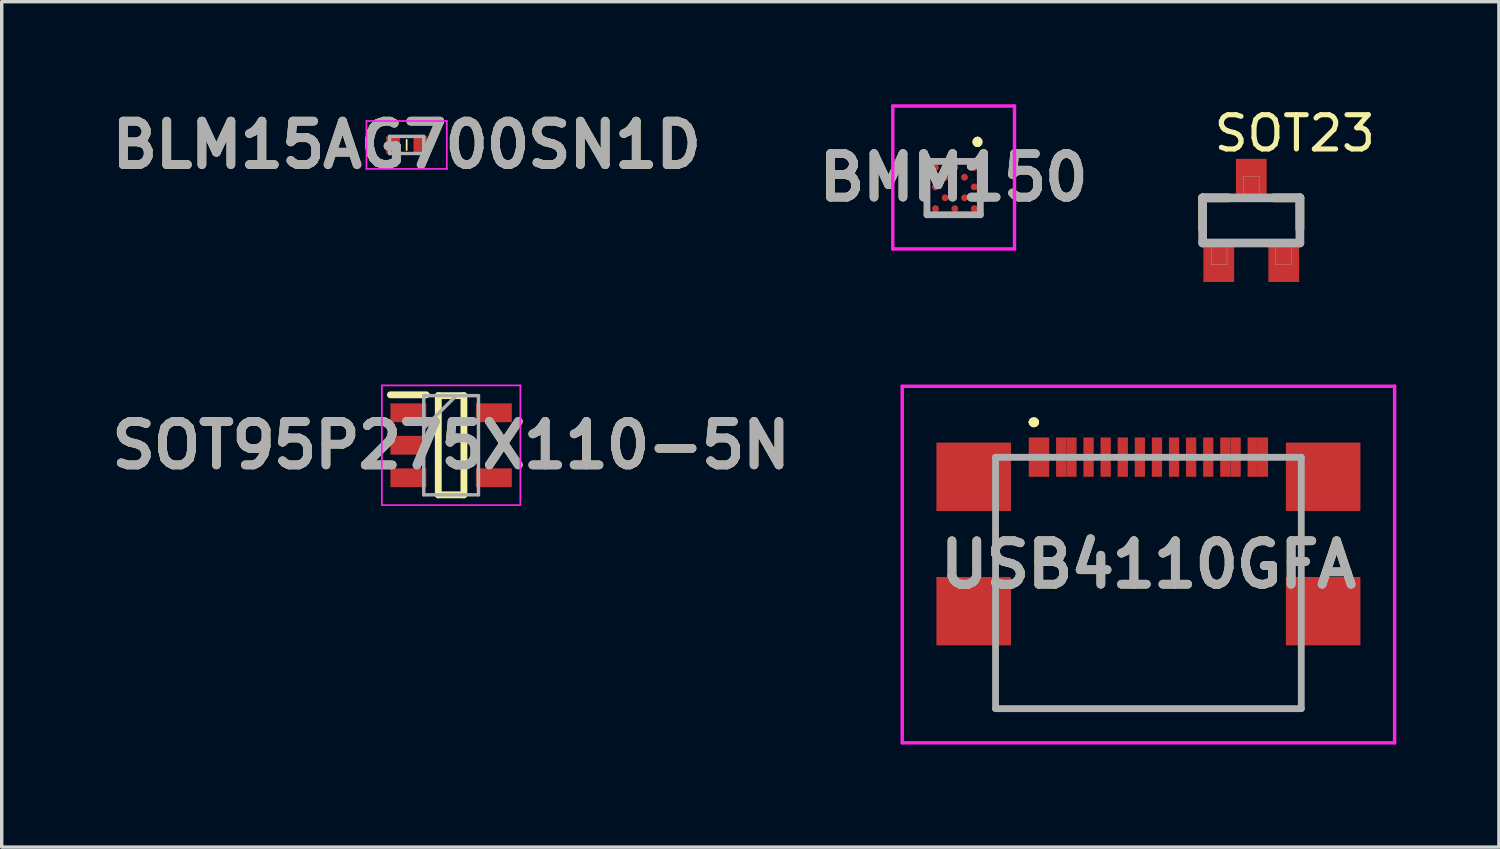
<source format=kicad_pcb>
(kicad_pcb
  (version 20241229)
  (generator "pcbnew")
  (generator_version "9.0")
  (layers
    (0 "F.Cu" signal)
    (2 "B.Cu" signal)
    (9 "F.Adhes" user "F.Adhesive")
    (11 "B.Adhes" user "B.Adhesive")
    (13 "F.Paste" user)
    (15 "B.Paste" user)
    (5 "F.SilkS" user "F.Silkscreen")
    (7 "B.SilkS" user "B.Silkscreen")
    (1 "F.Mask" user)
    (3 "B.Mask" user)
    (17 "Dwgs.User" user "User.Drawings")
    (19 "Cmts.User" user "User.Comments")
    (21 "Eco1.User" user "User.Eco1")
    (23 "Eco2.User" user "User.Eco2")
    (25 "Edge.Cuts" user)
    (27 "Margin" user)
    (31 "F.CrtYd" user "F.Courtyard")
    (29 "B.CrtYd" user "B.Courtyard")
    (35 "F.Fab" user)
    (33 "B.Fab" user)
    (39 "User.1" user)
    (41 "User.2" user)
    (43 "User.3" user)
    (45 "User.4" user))
  (footprint "USB4110GFA"
    (layer "F.Cu")
    (at 30.534 13.996)
    (property "Reference" "USB4110GFA" (at 0 -0.536 0) (layer "F.SilkS") (effects (font (size 1.27 1.27) (thickness 0.254))))
    (attr through_hole)
    (fp_line (start -4.5 -1.5) (end -4.5 -0.75) (stroke (width 0.1) (type solid)) (layer "F.SilkS"))
    (fp_line (start -4.5 -0.75) (end -4.47 -0.75) (stroke (width 0.1) (type solid)) (layer "F.SilkS"))
    (fp_line (start -4.47 -1.5) (end -4.5 -1.5) (stroke (width 0.1) (type solid)) (layer "F.SilkS"))
    (fp_line (start -4.47 -0.75) (end -4.47 -1.5) (stroke (width 0.1) (type solid)) (layer "F.SilkS"))
    (fp_line (start -4.47 2.5) (end -4.47 2.5) (stroke (width 0.1) (type solid)) (layer "F.SilkS"))
    (fp_line (start -4.47 2.5) (end -4.47 3.677) (stroke (width 0.1) (type solid)) (layer "F.SilkS"))
    (fp_line (start -4.47 3.677) (end -4.47 2.5) (stroke (width 0.1) (type solid)) (layer "F.SilkS"))
    (fp_line (start -4.47 3.677) (end -4.47 3.677) (stroke (width 0.1) (type solid)) (layer "F.SilkS"))
    (fp_line (start -4.47 3.677) (end -4.47 3.677) (stroke (width 0.1) (type solid)) (layer "F.SilkS"))
    (fp_line (start -4.47 3.677) (end 4.47 3.677) (stroke (width 0.1) (type solid)) (layer "F.SilkS"))
    (fp_line (start -3.4 -4.7) (end -3.4 -4.7) (stroke (width 0.2) (type solid)) (layer "F.SilkS"))
    (fp_line (start -3.4 -4.7) (end -3.4 -4.7) (stroke (width 0.2) (type solid)) (layer "F.SilkS"))
    (fp_line (start -3.3 -4.7) (end -3.3 -4.7) (stroke (width 0.2) (type solid)) (layer "F.SilkS"))
    (fp_line (start 4.47 -1.75) (end 4.47 -1.75) (stroke (width 0.1) (type solid)) (layer "F.SilkS"))
    (fp_line (start 4.47 -1.75) (end 4.47 -0.75) (stroke (width 0.1) (type solid)) (layer "F.SilkS"))
    (fp_line (start 4.47 -0.75) (end 4.47 -1.75) (stroke (width 0.1) (type solid)) (layer "F.SilkS"))
    (fp_line (start 4.47 -0.75) (end 4.47 -0.75) (stroke (width 0.1) (type solid)) (layer "F.SilkS"))
    (fp_line (start 4.47 2.25) (end 4.47 2.25) (stroke (width 0.1) (type solid)) (layer "F.SilkS"))
    (fp_line (start 4.47 2.25) (end 4.47 3.677) (stroke (width 0.1) (type solid)) (layer "F.SilkS"))
    (fp_line (start 4.47 3.677) (end -4.47 3.677) (stroke (width 0.1) (type solid)) (layer "F.SilkS"))
    (fp_line (start 4.47 3.677) (end 4.47 2.25) (stroke (width 0.1) (type solid)) (layer "F.SilkS"))
    (fp_line (start 4.47 3.677) (end 4.47 3.677) (stroke (width 0.1) (type solid)) (layer "F.SilkS"))
    (fp_line (start 4.47 3.677) (end 4.47 3.677) (stroke (width 0.1) (type solid)) (layer "F.SilkS"))
    (fp_arc (start -3.4 -4.7) (mid -3.35 -4.75) (end -3.3 -4.7) (stroke (width 0.2) (type solid)) (layer "F.SilkS"))
    (fp_arc (start -3.3 -4.7) (mid -3.35 -4.65) (end -3.4 -4.7) (stroke (width 0.2) (type solid)) (layer "F.SilkS"))
    (fp_arc (start -3.3 -4.7) (mid -3.35 -4.65) (end -3.4 -4.7) (stroke (width 0.2) (type solid)) (layer "F.SilkS"))
    (fp_line (start -7.2 -5.75) (end 7.2 -5.75) (stroke (width 0.1) (type solid)) (layer "F.CrtYd"))
    (fp_line (start -7.2 4.677) (end -7.2 -5.75) (stroke (width 0.1) (type solid)) (layer "F.CrtYd"))
    (fp_line (start 7.2 -5.75) (end 7.2 4.677) (stroke (width 0.1) (type solid)) (layer "F.CrtYd"))
    (fp_line (start 7.2 4.677) (end -7.2 4.677) (stroke (width 0.1) (type solid)) (layer "F.CrtYd"))
    (fp_line (start -4.47 -3.673) (end -4.47 3.677) (stroke (width 0.2) (type solid)) (layer "F.Fab"))
    (fp_line (start -4.47 3.677) (end 4.47 3.677) (stroke (width 0.2) (type solid)) (layer "F.Fab"))
    (fp_line (start 4.47 -3.673) (end -4.47 -3.673) (stroke (width 0.2) (type solid)) (layer "F.Fab"))
    (fp_line (start 4.47 3.677) (end 4.47 -3.673) (stroke (width 0.2) (type solid)) (layer "F.Fab"))
    (fp_text user "${REFERENCE}" (at 0 -0.536 0) (layer "F.Fab") (effects (font (size 1.27 1.27) (thickness 0.254))))
    (pad "" np_thru_hole circle (at -2.89 -2.603) (size 0.001 0.001) (drill 0.65) (layers "*.Cu" "*.Mask"))
    (pad "" np_thru_hole circle (at 2.89 -2.603) (size 0.001 0.001) (drill 0.65) (layers "*.Cu" "*.Mask"))
    (pad "A1" smd rect (at -3.35 -3.678) (size 0.3 1.15) (layers "F.Cu" "F.Mask" "F.Paste"))
    (pad "A4" smd rect (at -2.55 -3.678) (size 0.3 1.15) (layers "F.Cu" "F.Mask" "F.Paste"))
    (pad "A5" smd rect (at -1.25 -3.678) (size 0.3 1.15) (layers "F.Cu" "F.Mask" "F.Paste"))
    (pad "A6" smd rect (at -0.25 -3.678) (size 0.3 1.15) (layers "F.Cu" "F.Mask" "F.Paste"))
    (pad "A7" smd rect (at 0.25 -3.678) (size 0.3 1.15) (layers "F.Cu" "F.Mask" "F.Paste"))
    (pad "A8" smd rect (at 1.25 -3.678) (size 0.3 1.15) (layers "F.Cu" "F.Mask" "F.Paste"))
    (pad "A9" smd rect (at 2.55 -3.678) (size 0.3 1.15) (layers "F.Cu" "F.Mask" "F.Paste"))
    (pad "A12" smd rect (at 3.35 -3.678) (size 0.3 1.15) (layers "F.Cu" "F.Mask" "F.Paste"))
    (pad "B1" smd rect (at 3.05 -3.678) (size 0.3 1.15) (layers "F.Cu" "F.Mask" "F.Paste"))
    (pad "B4" smd rect (at 2.25 -3.678) (size 0.3 1.15) (layers "F.Cu" "F.Mask" "F.Paste"))
    (pad "B5" smd rect (at 1.75 -3.678) (size 0.3 1.15) (layers "F.Cu" "F.Mask" "F.Paste"))
    (pad "B6" smd rect (at 0.75 -3.678) (size 0.3 1.15) (layers "F.Cu" "F.Mask" "F.Paste"))
    (pad "B7" smd rect (at -0.75 -3.678) (size 0.3 1.15) (layers "F.Cu" "F.Mask" "F.Paste"))
    (pad "B8" smd rect (at -1.75 -3.678) (size 0.3 1.15) (layers "F.Cu" "F.Mask" "F.Paste"))
    (pad "B9" smd rect (at -2.25 -3.678) (size 0.3 1.15) (layers "F.Cu" "F.Mask" "F.Paste"))
    (pad "B12" smd rect (at -3.05 -3.678) (size 0.3 1.15) (layers "F.Cu" "F.Mask" "F.Paste"))
    (pad "MP1" smd rect (at -5.11 0.827 90) (size 2 2.18) (layers "F.Cu" "F.Mask" "F.Paste"))
    (pad "MP2" smd rect (at 5.11 0.827 90) (size 2 2.18) (layers "F.Cu" "F.Mask" "F.Paste"))
    (pad "MP3" smd rect (at -5.11 -3.103 90) (size 2 2.18) (layers "F.Cu" "F.Mask" "F.Paste"))
    (pad "MP4" smd rect (at 5.11 -3.103 90) (size 2 2.18) (layers "F.Cu" "F.Mask" "F.Paste")))
  (footprint "BMM150"
    (layer "F.Cu")
    (at 24.873 2.45)
    (property "Reference" "BMM150" (at -0.035 -0.31 0) (layer "F.SilkS") (effects (font (size 1.27 1.27) (thickness 0.254))))
    (attr smd)
    (fp_line (start 0.665 -1.4) (end 0.665 -1.4) (stroke (width 0.2) (type solid)) (layer "F.SilkS"))
    (fp_line (start 0.665 -1.4) (end 0.665 -1.4) (stroke (width 0.2) (type solid)) (layer "F.SilkS"))
    (fp_line (start 0.665 -1.3) (end 0.665 -1.3) (stroke (width 0.2) (type solid)) (layer "F.SilkS"))
    (fp_arc (start 0.665 -1.4) (mid 0.715 -1.35) (end 0.665 -1.3) (stroke (width 0.2) (type solid)) (layer "F.SilkS"))
    (fp_arc (start 0.665 -1.3) (mid 0.615 -1.35) (end 0.665 -1.4) (stroke (width 0.2) (type solid)) (layer "F.SilkS"))
    (fp_arc (start 0.665 -1.3) (mid 0.615 -1.35) (end 0.665 -1.4) (stroke (width 0.2) (type solid)) (layer "F.SilkS"))
    (fp_line (start -1.815 -2.4) (end 1.745 -2.4) (stroke (width 0.1) (type solid)) (layer "F.CrtYd"))
    (fp_line (start -1.815 1.78) (end -1.815 -2.4) (stroke (width 0.1) (type solid)) (layer "F.CrtYd"))
    (fp_line (start 1.745 -2.4) (end 1.745 1.78) (stroke (width 0.1) (type solid)) (layer "F.CrtYd"))
    (fp_line (start 1.745 1.78) (end -1.815 1.78) (stroke (width 0.1) (type solid)) (layer "F.CrtYd"))
    (fp_line (start -0.815 -0.78) (end -0.815 0.78) (stroke (width 0.2) (type solid)) (layer "F.Fab"))
    (fp_line (start -0.815 0.78) (end 0.745 0.78) (stroke (width 0.2) (type solid)) (layer "F.Fab"))
    (fp_line (start 0.745 -0.78) (end -0.815 -0.78) (stroke (width 0.2) (type solid)) (layer "F.Fab"))
    (fp_line (start 0.745 0.78) (end 0.745 -0.78) (stroke (width 0.2) (type solid)) (layer "F.Fab"))
    (fp_text user "${REFERENCE}" (at -0.035 -0.31 0) (layer "F.Fab") (effects (font (size 1.27 1.27) (thickness 0.254))))
    (pad "A1" smd circle (at 0.566 -0.601 90) (size 0.2 0.2) (layers "F.Cu" "F.Mask" "F.Paste"))
    (pad "A3" smd circle (at 0.566 -0.035 90) (size 0.2 0.2) (layers "F.Cu" "F.Mask" "F.Paste"))
    (pad "A5" smd circle (at 0.566 0.601 90) (size 0.2 0.2) (layers "F.Cu" "F.Mask" "F.Paste"))
    (pad "B2" smd circle (at 0.283 -0.318 90) (size 0.2 0.2) (layers "F.Cu" "F.Mask" "F.Paste"))
    (pad "B4" smd circle (at 0.283 0.283 90) (size 0.2 0.2) (layers "F.Cu" "F.Mask" "F.Paste"))
    (pad "C1" smd circle (at 0 -0.601 90) (size 0.2 0.2) (layers "F.Cu" "F.Mask" "F.Paste"))
    (pad "C5" smd circle (at 0 0.601 90) (size 0.2 0.2) (layers "F.Cu" "F.Mask" "F.Paste"))
    (pad "D2" smd circle (at -0.283 -0.318 90) (size 0.2 0.2) (layers "F.Cu" "F.Mask" "F.Paste"))
    (pad "D4" smd circle (at -0.283 0.283 90) (size 0.2 0.2) (layers "F.Cu" "F.Mask" "F.Paste"))
    (pad "E1" smd circle (at -0.566 -0.601 90) (size 0.2 0.2) (layers "F.Cu" "F.Mask" "F.Paste"))
    (pad "E3" smd circle (at -0.566 -0.035 90) (size 0.2 0.2) (layers "F.Cu" "F.Mask" "F.Paste"))
    (pad "E5" smd circle (at -0.566 0.601 90) (size 0.2 0.2) (layers "F.Cu" "F.Mask" "F.Paste")))
  (footprint "SOT95P275X110-5N"
    (layer "F.Cu")
    (at 10.142 9.971)
    (property "Reference" "SOT95P275X110-5N" (at 0 0 0) (layer "F.SilkS") (effects (font (size 1.27 1.27) (thickness 0.254))))
    (attr smd)
    (fp_line (start -1.775 -1.475) (end -0.725 -1.475) (stroke (width 0.2) (type solid)) (layer "F.SilkS"))
    (fp_line (start -0.375 -1.45) (end 0.375 -1.45) (stroke (width 0.2) (type solid)) (layer "F.SilkS"))
    (fp_line (start -0.375 1.45) (end -0.375 -1.45) (stroke (width 0.2) (type solid)) (layer "F.SilkS"))
    (fp_line (start 0.375 -1.45) (end 0.375 1.45) (stroke (width 0.2) (type solid)) (layer "F.SilkS"))
    (fp_line (start 0.375 1.45) (end -0.375 1.45) (stroke (width 0.2) (type solid)) (layer "F.SilkS"))
    (fp_line (start -2.025 -1.75) (end 2.025 -1.75) (stroke (width 0.05) (type solid)) (layer "F.CrtYd"))
    (fp_line (start -2.025 1.75) (end -2.025 -1.75) (stroke (width 0.05) (type solid)) (layer "F.CrtYd"))
    (fp_line (start 2.025 -1.75) (end 2.025 1.75) (stroke (width 0.05) (type solid)) (layer "F.CrtYd"))
    (fp_line (start 2.025 1.75) (end -2.025 1.75) (stroke (width 0.05) (type solid)) (layer "F.CrtYd"))
    (fp_line (start -0.8 -1.45) (end 0.8 -1.45) (stroke (width 0.1) (type solid)) (layer "F.Fab"))
    (fp_line (start -0.8 -0.5) (end 0.15 -1.45) (stroke (width 0.1) (type solid)) (layer "F.Fab"))
    (fp_line (start -0.8 1.45) (end -0.8 -1.45) (stroke (width 0.1) (type solid)) (layer "F.Fab"))
    (fp_line (start 0.8 -1.45) (end 0.8 1.45) (stroke (width 0.1) (type solid)) (layer "F.Fab"))
    (fp_line (start 0.8 1.45) (end -0.8 1.45) (stroke (width 0.1) (type solid)) (layer "F.Fab"))
    (fp_text user "${REFERENCE}" (at 0 0 0) (layer "F.Fab") (effects (font (size 1.27 1.27) (thickness 0.254))))
    (pad "1" smd rect (at -1.25 -0.95 90) (size 0.55 1.05) (layers "F.Cu" "F.Mask" "F.Paste"))
    (pad "2" smd rect (at -1.25 0 90) (size 0.55 1.05) (layers "F.Cu" "F.Mask" "F.Paste"))
    (pad "3" smd rect (at -1.25 0.95 90) (size 0.55 1.05) (layers "F.Cu" "F.Mask" "F.Paste"))
    (pad "4" smd rect (at 1.25 0.95 90) (size 0.55 1.05) (layers "F.Cu" "F.Mask" "F.Paste"))
    (pad "5" smd rect (at 1.25 -0.95 90) (size 0.55 1.05) (layers "F.Cu" "F.Mask" "F.Paste")))
  (footprint "BLM15AG700SN1D"
    (layer "F.Cu")
    (at 8.842 1.189)
    (property "Reference" "BLM15AG700SN1D" (at 0 0 0) (layer "F.SilkS") (effects (font (size 1.27 1.27) (thickness 0.254))))
    (attr smd)
    (fp_line (start 0 -0.15) (end 0 0.15) (stroke (width 0.05) (type solid)) (layer "F.SilkS"))
    (fp_line (start -1.175 -0.7) (end 1.175 -0.7) (stroke (width 0.05) (type solid)) (layer "F.CrtYd"))
    (fp_line (start -1.175 0.7) (end -1.175 -0.7) (stroke (width 0.05) (type solid)) (layer "F.CrtYd"))
    (fp_line (start 1.175 -0.7) (end 1.175 0.7) (stroke (width 0.05) (type solid)) (layer "F.CrtYd"))
    (fp_line (start 1.175 0.7) (end -1.175 0.7) (stroke (width 0.05) (type solid)) (layer "F.CrtYd"))
    (fp_line (start -0.5 -0.25) (end 0.5 -0.25) (stroke (width 0.1) (type solid)) (layer "F.Fab"))
    (fp_line (start -0.5 0.25) (end -0.5 -0.25) (stroke (width 0.1) (type solid)) (layer "F.Fab"))
    (fp_line (start 0.5 -0.25) (end 0.5 0.25) (stroke (width 0.1) (type solid)) (layer "F.Fab"))
    (fp_line (start 0.5 0.25) (end -0.5 0.25) (stroke (width 0.1) (type solid)) (layer "F.Fab"))
    (fp_text user "${REFERENCE}" (at 0 0 0) (layer "F.Fab") (effects (font (size 1.27 1.27) (thickness 0.254))))
    (pad "1" smd rect (at -0.4 0) (size 0.4 0.5) (layers "F.Cu" "F.Mask" "F.Paste"))
    (pad "2" smd rect (at 0.4 0) (size 0.4 0.5) (layers "F.Cu" "F.Mask" "F.Paste")))
  (footprint "SOT23"
    (layer "F.Cu")
    (at 33.542 3.396)
    (property "Reference" "SOT23" (at 1.273 -2.546 0) (layer "F.SilkS") (effects (font (size 1.002 1.002) (thickness 0.15))))
    (attr through_hole)
    (fp_line (start -1.422 -0.66) (end -0.66 -0.66) (stroke (width 0.254) (type solid)) (layer "F.SilkS"))
    (fp_line (start -1.422 0.254) (end -1.422 -0.66) (stroke (width 0.254) (type solid)) (layer "F.SilkS"))
    (fp_line (start 0.66 -0.66) (end 1.422 -0.66) (stroke (width 0.254) (type solid)) (layer "F.SilkS"))
    (fp_line (start 1.422 -0.66) (end 1.422 0.254) (stroke (width 0.254) (type solid)) (layer "F.SilkS"))
    (fp_line (start -1.422 -0.66) (end 1.422 -0.66) (stroke (width 0.254) (type solid)) (layer "F.Fab"))
    (fp_line (start -1.422 0.66) (end -1.422 -0.66) (stroke (width 0.254) (type solid)) (layer "F.Fab"))
    (fp_line (start 1.422 -0.66) (end 1.422 0.66) (stroke (width 0.254) (type solid)) (layer "F.Fab"))
    (fp_line (start 1.422 0.66) (end -1.422 0.66) (stroke (width 0.254) (type solid)) (layer "F.Fab"))
    (fp_poly (pts (xy -1.169 0.711) (xy -0.711 0.711) (xy -0.711 1.296) (xy -1.169 1.296)) (stroke (width 0.01) (type solid)) (fill no) (layer "F.Fab"))
    (fp_poly (pts (xy -0.229 -1.295) (xy 0.229 -1.295) (xy 0.229 -0.714) (xy -0.229 -0.714)) (stroke (width 0.01) (type solid)) (fill no) (layer "F.Fab"))
    (fp_poly (pts (xy 0.712 0.711) (xy 1.168 0.711) (xy 1.168 1.297) (xy 0.712 1.297)) (stroke (width 0.01) (type solid)) (fill no) (layer "F.Fab"))
    (pad "1" smd rect (at -0.95 1.2) (size 0.9 1.2) (layers "F.Cu" "F.Mask" "F.Paste"))
    (pad "2" smd rect (at 0.95 1.2) (size 0.9 1.2) (layers "F.Cu" "F.Mask" "F.Paste"))
    (pad "3" smd rect (at 0 -1.2) (size 0.9 1.2) (layers "F.Cu" "F.Mask" "F.Paste")))
  (gr_rect
    (start -3 -3)
    (end 40.784 21.723)
    (stroke (width 0.1) (type default))
    (fill no)
    (layer "Edge.Cuts")))
</source>
